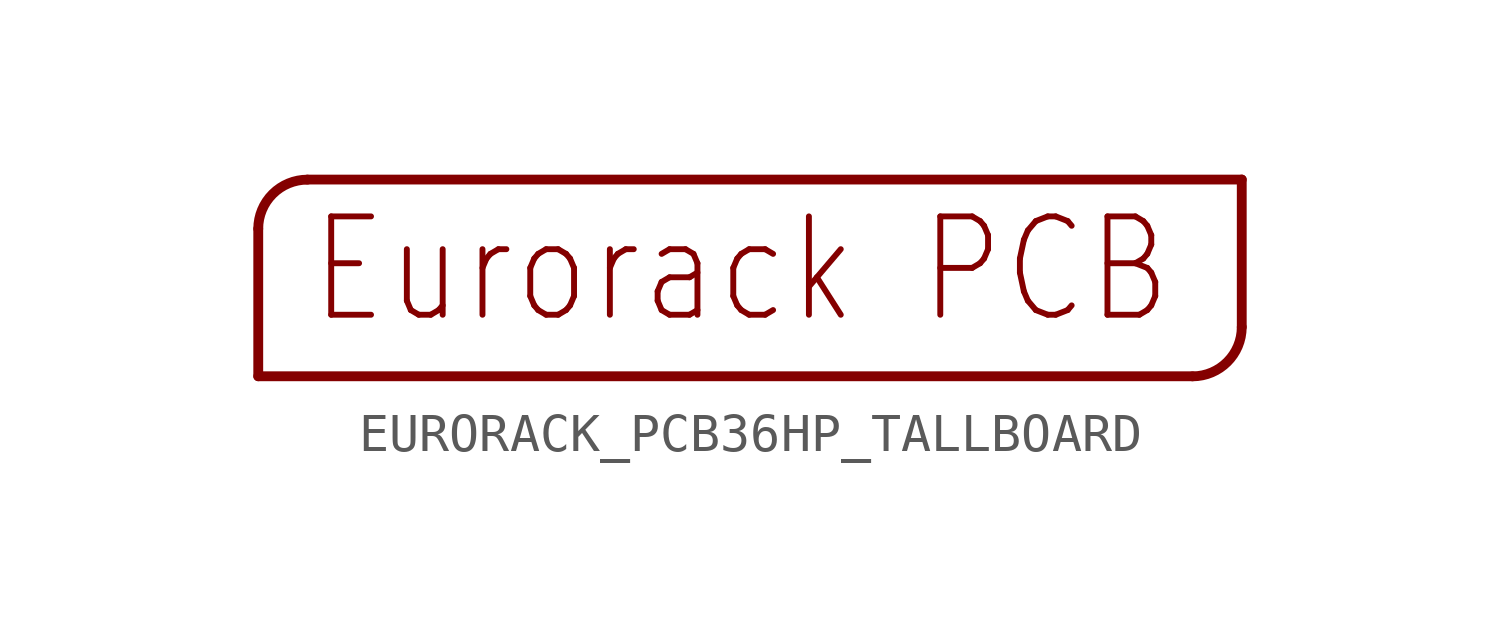
<source format=kicad_sym>
(kicad_symbol_lib
  (version 20211014)
  (generator kicad_symbol_editor)
  (symbol "EURORACK_PCB36HP_TALLBOARD"
    (property "Reference" "PCB"
      (at 0 0 0)
      (effects (font (size 1.27 1.27)) hide))
    (property "ki_locked" ""
      (at 0 0 0)
      (effects (font (size 1.27 1.27))))
    (symbol "EURORACK_PCB36HP_TALLBOARD_1_0"
      (polyline (pts (xy -1.27 -1.27) (xy 22.86 -1.27)) (stroke (width 0.254) (type default) (color 0 0 0 0)) (fill (type none)))
      (polyline (pts (xy -1.27 2.54) (xy -1.27 -1.27)) (stroke (width 0.254) (type default) (color 0 0 0 0)) (fill (type none)))
      (polyline (pts (xy 24.13 0) (xy 24.13 3.81)) (stroke (width 0.254) (type default) (color 0 0 0 0)) (fill (type none)))
      (polyline (pts (xy 24.13 3.81) (xy 0 3.81)) (stroke (width 0.254) (type default) (color 0 0 0 0)) (fill (type none)))
      (arc (start 0 3.81) (mid -0.898 3.438) (end -1.27 2.54) (stroke (width 0.254) (type default) (color 0 0 0 0)) (fill (type none)))
      (arc (start 22.86 -1.27) (mid 23.758 -0.898) (end 24.13 0) (stroke (width 0.254) (type default) (color 0 0 0 0)) (fill (type none)))
      (text "Eurorack PCB" (at 0 0 0) (effects (font (size 2.54 2.159)) (justify left bottom))))))
</source>
